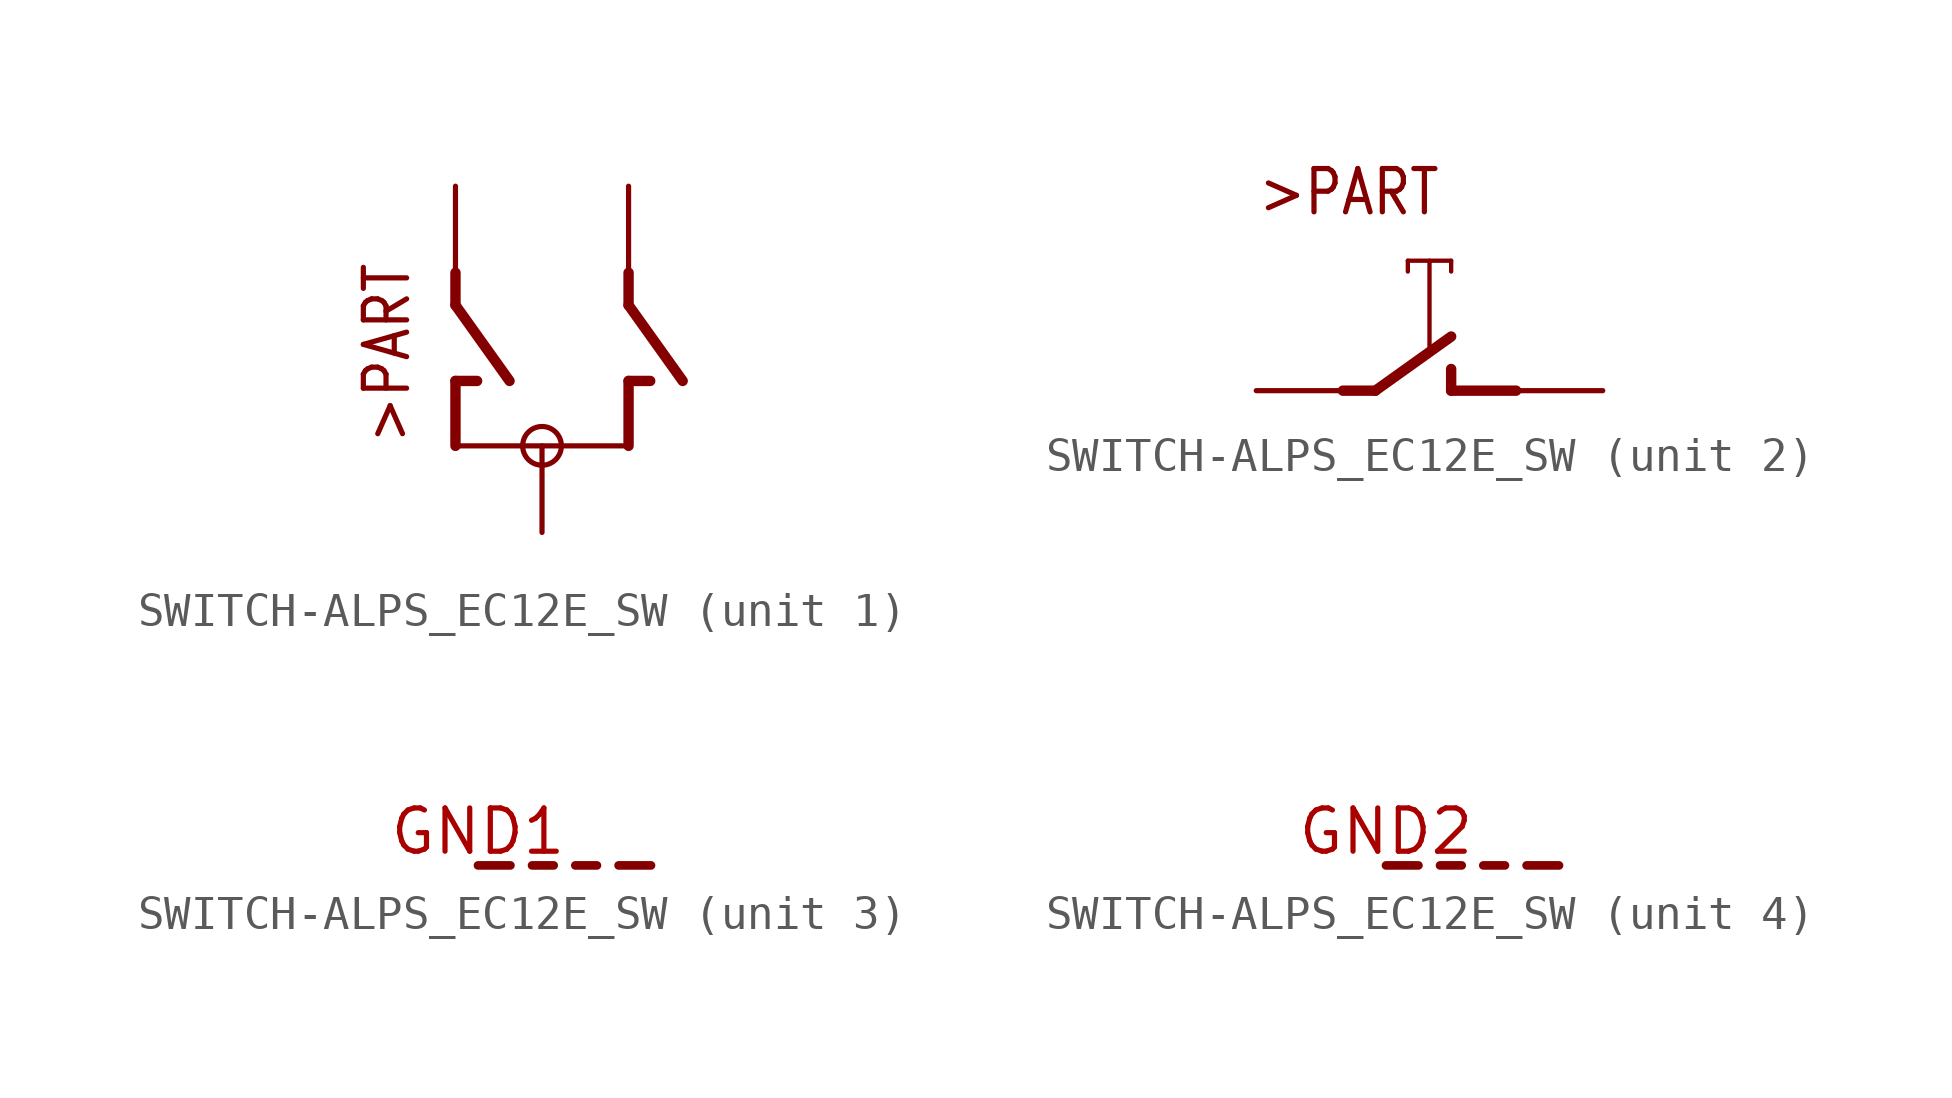
<source format=kicad_sym>
(kicad_symbol_lib
  (version 20211014)
  (generator kicad_symbol_editor)
  (symbol "SWITCH-ALPS_EC12E_SW"
    (property "Reference" "SW"
      (at 0 0 0)
      (effects (font (size 1.27 1.27)) hide))
    (property "ki_locked" ""
      (at 0 0 0)
      (effects (font (size 1.27 1.27))))
    (symbol "SWITCH-ALPS_EC12E_SW_1_0"
      (polyline (pts (xy -2.54 0) (xy 2.54 0)) (stroke (width 0.152) (type default) (color 0 0 0 0)) (fill (type none)))
      (polyline (pts (xy -2.54 1.905) (xy -2.54 0)) (stroke (width 0.305) (type default) (color 0 0 0 0)) (fill (type none)))
      (polyline (pts (xy -2.54 4.128) (xy -0.953 1.905)) (stroke (width 0.305) (type default) (color 0 0 0 0)) (fill (type none)))
      (polyline (pts (xy -2.54 5.08) (xy -2.54 4.128)) (stroke (width 0.305) (type default) (color 0 0 0 0)) (fill (type none)))
      (polyline (pts (xy -1.905 1.905) (xy -2.54 1.905)) (stroke (width 0.305) (type default) (color 0 0 0 0)) (fill (type none)))
      (polyline (pts (xy 2.54 1.905) (xy 2.54 0)) (stroke (width 0.305) (type default) (color 0 0 0 0)) (fill (type none)))
      (polyline (pts (xy 2.54 4.128) (xy 4.128 1.905)) (stroke (width 0.305) (type default) (color 0 0 0 0)) (fill (type none)))
      (polyline (pts (xy 2.54 5.08) (xy 2.54 4.128)) (stroke (width 0.305) (type default) (color 0 0 0 0)) (fill (type none)))
      (polyline (pts (xy 3.175 1.905) (xy 2.54 1.905)) (stroke (width 0.305) (type default) (color 0 0 0 0)) (fill (type none)))
      (circle (center 0 0) (radius 0.568) (stroke (width 0) (type default) (color 0 0 0 0)) (fill (type none)))
      (text ">PART" (at -3.81 0 900) (effects (font (size 1.27 1.079)) (justify left bottom)))
      (pin passive line (at -2.54 7.62 270) (length 2.54) (name "A" (effects (font (size 0 0)))) (number "A" (effects (font (size 0 0)))))
      (pin passive line (at 2.54 7.62 270) (length 2.54) (name "B" (effects (font (size 0 0)))) (number "B" (effects (font (size 0 0)))))
      (pin passive line (at 0 -2.54 90) (length 2.54) (name "C" (effects (font (size 0 0)))) (number "C" (effects (font (size 0 0))))))
    (symbol "SWITCH-ALPS_EC12E_SW_2_0"
      (polyline (pts (xy -2.54 0) (xy -1.587 0)) (stroke (width 0.305) (type default) (color 0 0 0 0)) (fill (type none)))
      (polyline (pts (xy -1.587 0) (xy 0.635 1.587)) (stroke (width 0.305) (type default) (color 0 0 0 0)) (fill (type none)))
      (polyline (pts (xy -0.635 3.81) (xy -0.635 3.493)) (stroke (width 0.127) (type default) (color 0 0 0 0)) (fill (type none)))
      (polyline (pts (xy -0.635 3.81) (xy 0.635 3.81)) (stroke (width 0.127) (type default) (color 0 0 0 0)) (fill (type none)))
      (polyline (pts (xy 0 1.27) (xy 0 3.81)) (stroke (width 0.127) (type default) (color 0 0 0 0)) (fill (type none)))
      (polyline (pts (xy 0.635 0) (xy 2.54 0)) (stroke (width 0.305) (type default) (color 0 0 0 0)) (fill (type none)))
      (polyline (pts (xy 0.635 0.635) (xy 0.635 0)) (stroke (width 0.305) (type default) (color 0 0 0 0)) (fill (type none)))
      (polyline (pts (xy 0.635 3.81) (xy 0.635 3.493)) (stroke (width 0.127) (type default) (color 0 0 0 0)) (fill (type none)))
      (text ">PART" (at -5.08 5.08 0) (effects (font (size 1.27 1.079)) (justify left bottom)))
      (pin passive line (at 5.08 0 180) (length 2.54) (name "1" (effects (font (size 0 0)))) (number "D" (effects (font (size 0 0)))))
      (pin passive line (at -5.08 0 0) (length 2.54) (name "2" (effects (font (size 0 0)))) (number "E" (effects (font (size 0 0))))))
    (symbol "SWITCH-ALPS_EC12E_SW_3_0"
      (polyline (pts (xy 0 0) (xy 0.953 0)) (stroke (width 0.254) (type default) (color 0 0 0 0)) (fill (type none)))
      (polyline (pts (xy 1.587 0) (xy 2.223 0)) (stroke (width 0.254) (type default) (color 0 0 0 0)) (fill (type none)))
      (polyline (pts (xy 2.857 0) (xy 3.493 0)) (stroke (width 0.254) (type default) (color 0 0 0 0)) (fill (type none)))
      (polyline (pts (xy 4.128 0) (xy 5.08 0)) (stroke (width 0.254) (type default) (color 0 0 0 0)) (fill (type none)))
      (pin passive line (at 0 0 0) (length 0) (name "G" (effects (font (size 0 0)))) (number "GND1" (effects (font (size 1.27 1.27))))))
    (symbol "SWITCH-ALPS_EC12E_SW_4_0"
      (polyline (pts (xy 0 0) (xy 0.953 0)) (stroke (width 0.254) (type default) (color 0 0 0 0)) (fill (type none)))
      (polyline (pts (xy 1.587 0) (xy 2.223 0)) (stroke (width 0.254) (type default) (color 0 0 0 0)) (fill (type none)))
      (polyline (pts (xy 2.857 0) (xy 3.493 0)) (stroke (width 0.254) (type default) (color 0 0 0 0)) (fill (type none)))
      (polyline (pts (xy 4.128 0) (xy 5.08 0)) (stroke (width 0.254) (type default) (color 0 0 0 0)) (fill (type none)))
      (pin passive line (at 0 0 0) (length 0) (name "G" (effects (font (size 0 0)))) (number "GND2" (effects (font (size 1.27 1.27))))))))
</source>
